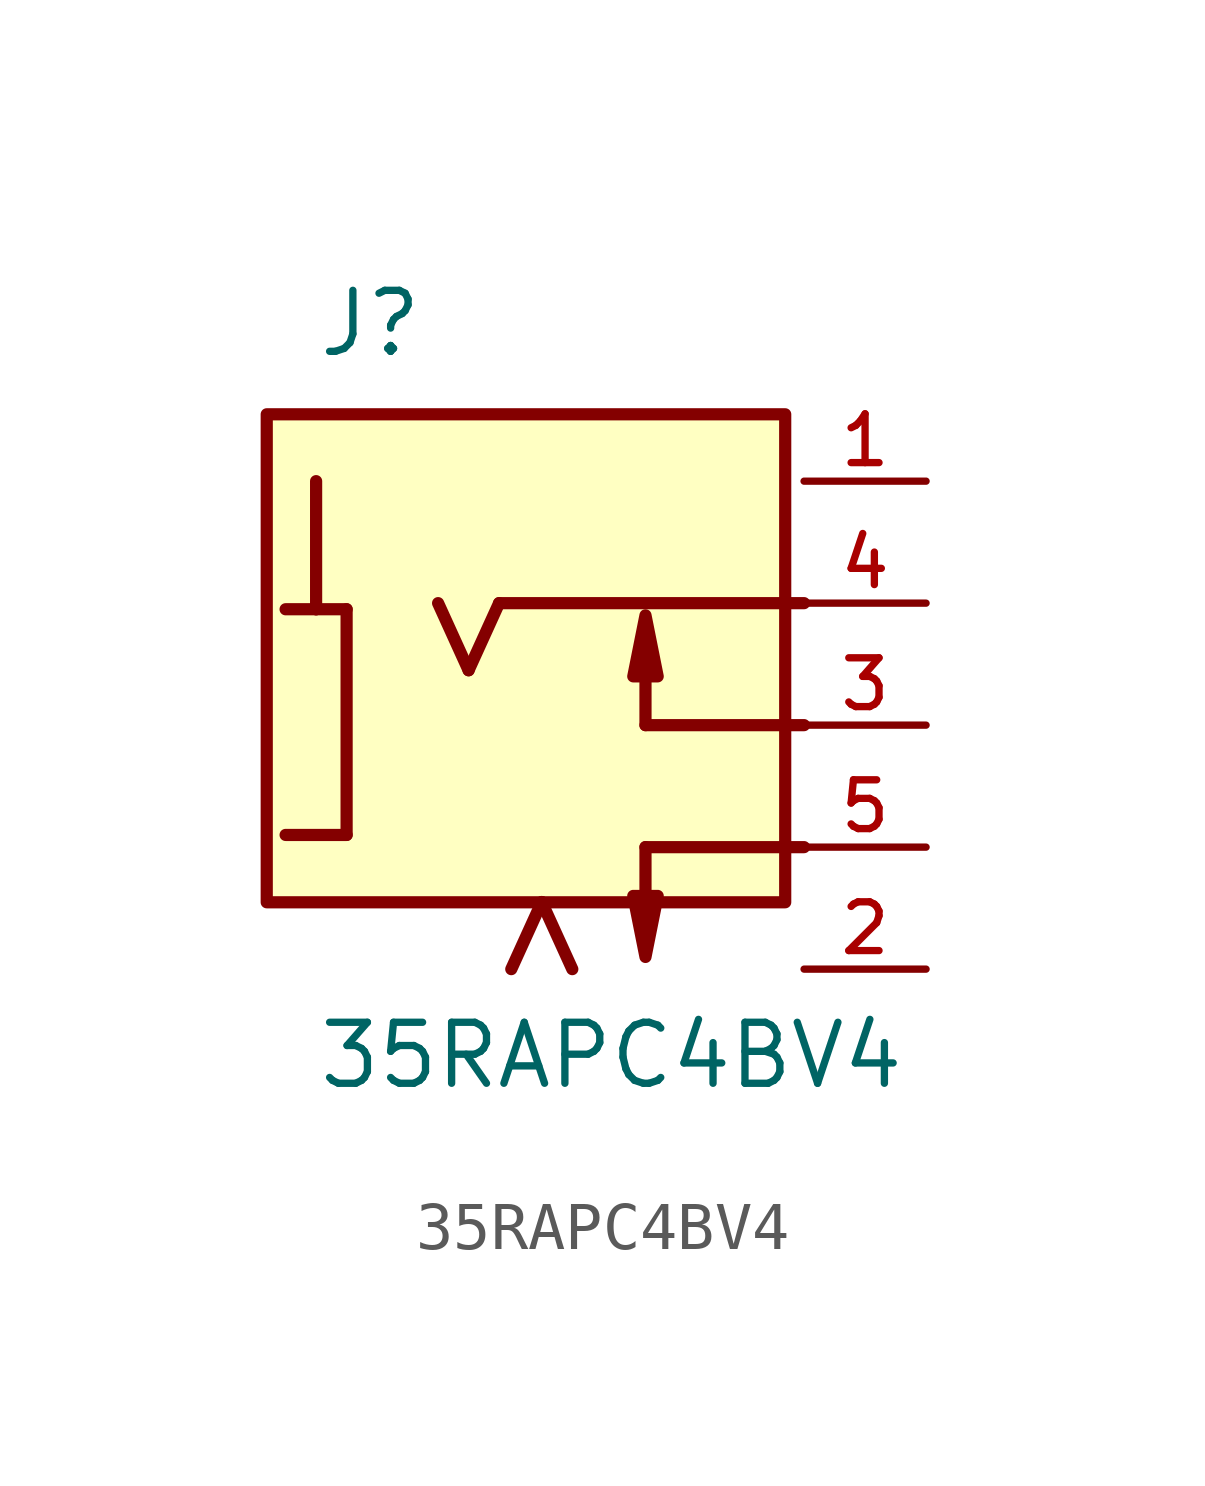
<source format=kicad_sym>
(kicad_symbol_lib
  (version 20220914)
  (generator kicad_symbol_editor)
  (symbol "35RAPC4BV4"
    (pin_names
      (offset 1.016))
    (property "Reference" "J"
      (at -5.08 7.62 0)
      (effects (font (size 1.27 1.27)) (justify left bottom)))
    (property "Value" "35RAPC4BV4"
      (at -5.08 -7.62 0)
      (effects (font (size 1.27 1.27)) (justify left bottom)))
    (symbol "35RAPC4BV4_0_0"
      (rectangle (start -6.108 -3.688) (end 4.687 6.472) (stroke (width 0.254) (type default)) (fill (type background)))
      (polyline (pts (xy -5.715 2.413) (xy -5.08 2.413)) (stroke (width 0.254) (type default)) (fill (type none)))
      (polyline (pts (xy -5.08 2.413) (xy -4.445 2.413)) (stroke (width 0.254) (type default)) (fill (type none)))
      (polyline (pts (xy -5.08 5.08) (xy -5.08 2.413)) (stroke (width 0.254) (type default)) (fill (type none)))
      (polyline (pts (xy -4.445 -2.286) (xy -5.715 -2.286)) (stroke (width 0.254) (type default)) (fill (type none)))
      (polyline (pts (xy -4.445 2.413) (xy -4.445 -2.286)) (stroke (width 0.254) (type default)) (fill (type none)))
      (polyline (pts (xy -1.905 1.143) (xy -2.54 2.54)) (stroke (width 0.254) (type default)) (fill (type none)))
      (polyline (pts (xy -1.27 2.54) (xy -1.905 1.143)) (stroke (width 0.254) (type default)) (fill (type none)))
      (polyline (pts (xy -0.381 -3.683) (xy -1.016 -5.08)) (stroke (width 0.254) (type default)) (fill (type none)))
      (polyline (pts (xy 0.254 -5.08) (xy -0.381 -3.683)) (stroke (width 0.254) (type default)) (fill (type none)))
      (polyline (pts (xy 1.778 -2.54) (xy 1.778 -4.318)) (stroke (width 0.254) (type default)) (fill (type none)))
      (polyline (pts (xy 1.778 -2.54) (xy 5.08 -2.54)) (stroke (width 0.254) (type default)) (fill (type none)))
      (polyline (pts (xy 1.778 0) (xy 1.778 1.778)) (stroke (width 0.254) (type default)) (fill (type none)))
      (polyline (pts (xy 1.778 0) (xy 5.08 0)) (stroke (width 0.254) (type default)) (fill (type none)))
      (polyline (pts (xy 5.08 2.54) (xy -1.27 2.54)) (stroke (width 0.254) (type default)) (fill (type none)))
      (polyline (pts (xy 1.778 -4.826) (xy 1.524 -3.556) (xy 2.032 -3.556) (xy 1.778 -4.826)) (stroke (width 0.254) (type default)) (fill (type outline)))
      (polyline (pts (xy 1.778 2.286) (xy 1.524 1.016) (xy 2.032 1.016) (xy 1.778 2.286)) (stroke (width 0.254) (type default)) (fill (type outline)))
      (pin passive line (at 7.62 5.08 180) (length 2.54) (name "~" (effects (font (size 1.016 1.016)))) (number "1" (effects (font (size 1.016 1.016)))))
      (pin passive line (at 7.62 -5.08 180) (length 2.54) (name "~" (effects (font (size 1.016 1.016)))) (number "2" (effects (font (size 1.016 1.016)))))
      (pin passive line (at 7.62 0 180) (length 2.54) (name "~" (effects (font (size 1.016 1.016)))) (number "3" (effects (font (size 1.016 1.016)))))
      (pin passive line (at 7.62 2.54 180) (length 2.54) (name "~" (effects (font (size 1.016 1.016)))) (number "4" (effects (font (size 1.016 1.016)))))
      (pin passive line (at 7.62 -2.54 180) (length 2.54) (name "~" (effects (font (size 1.016 1.016)))) (number "5" (effects (font (size 1.016 1.016))))))))
</source>
